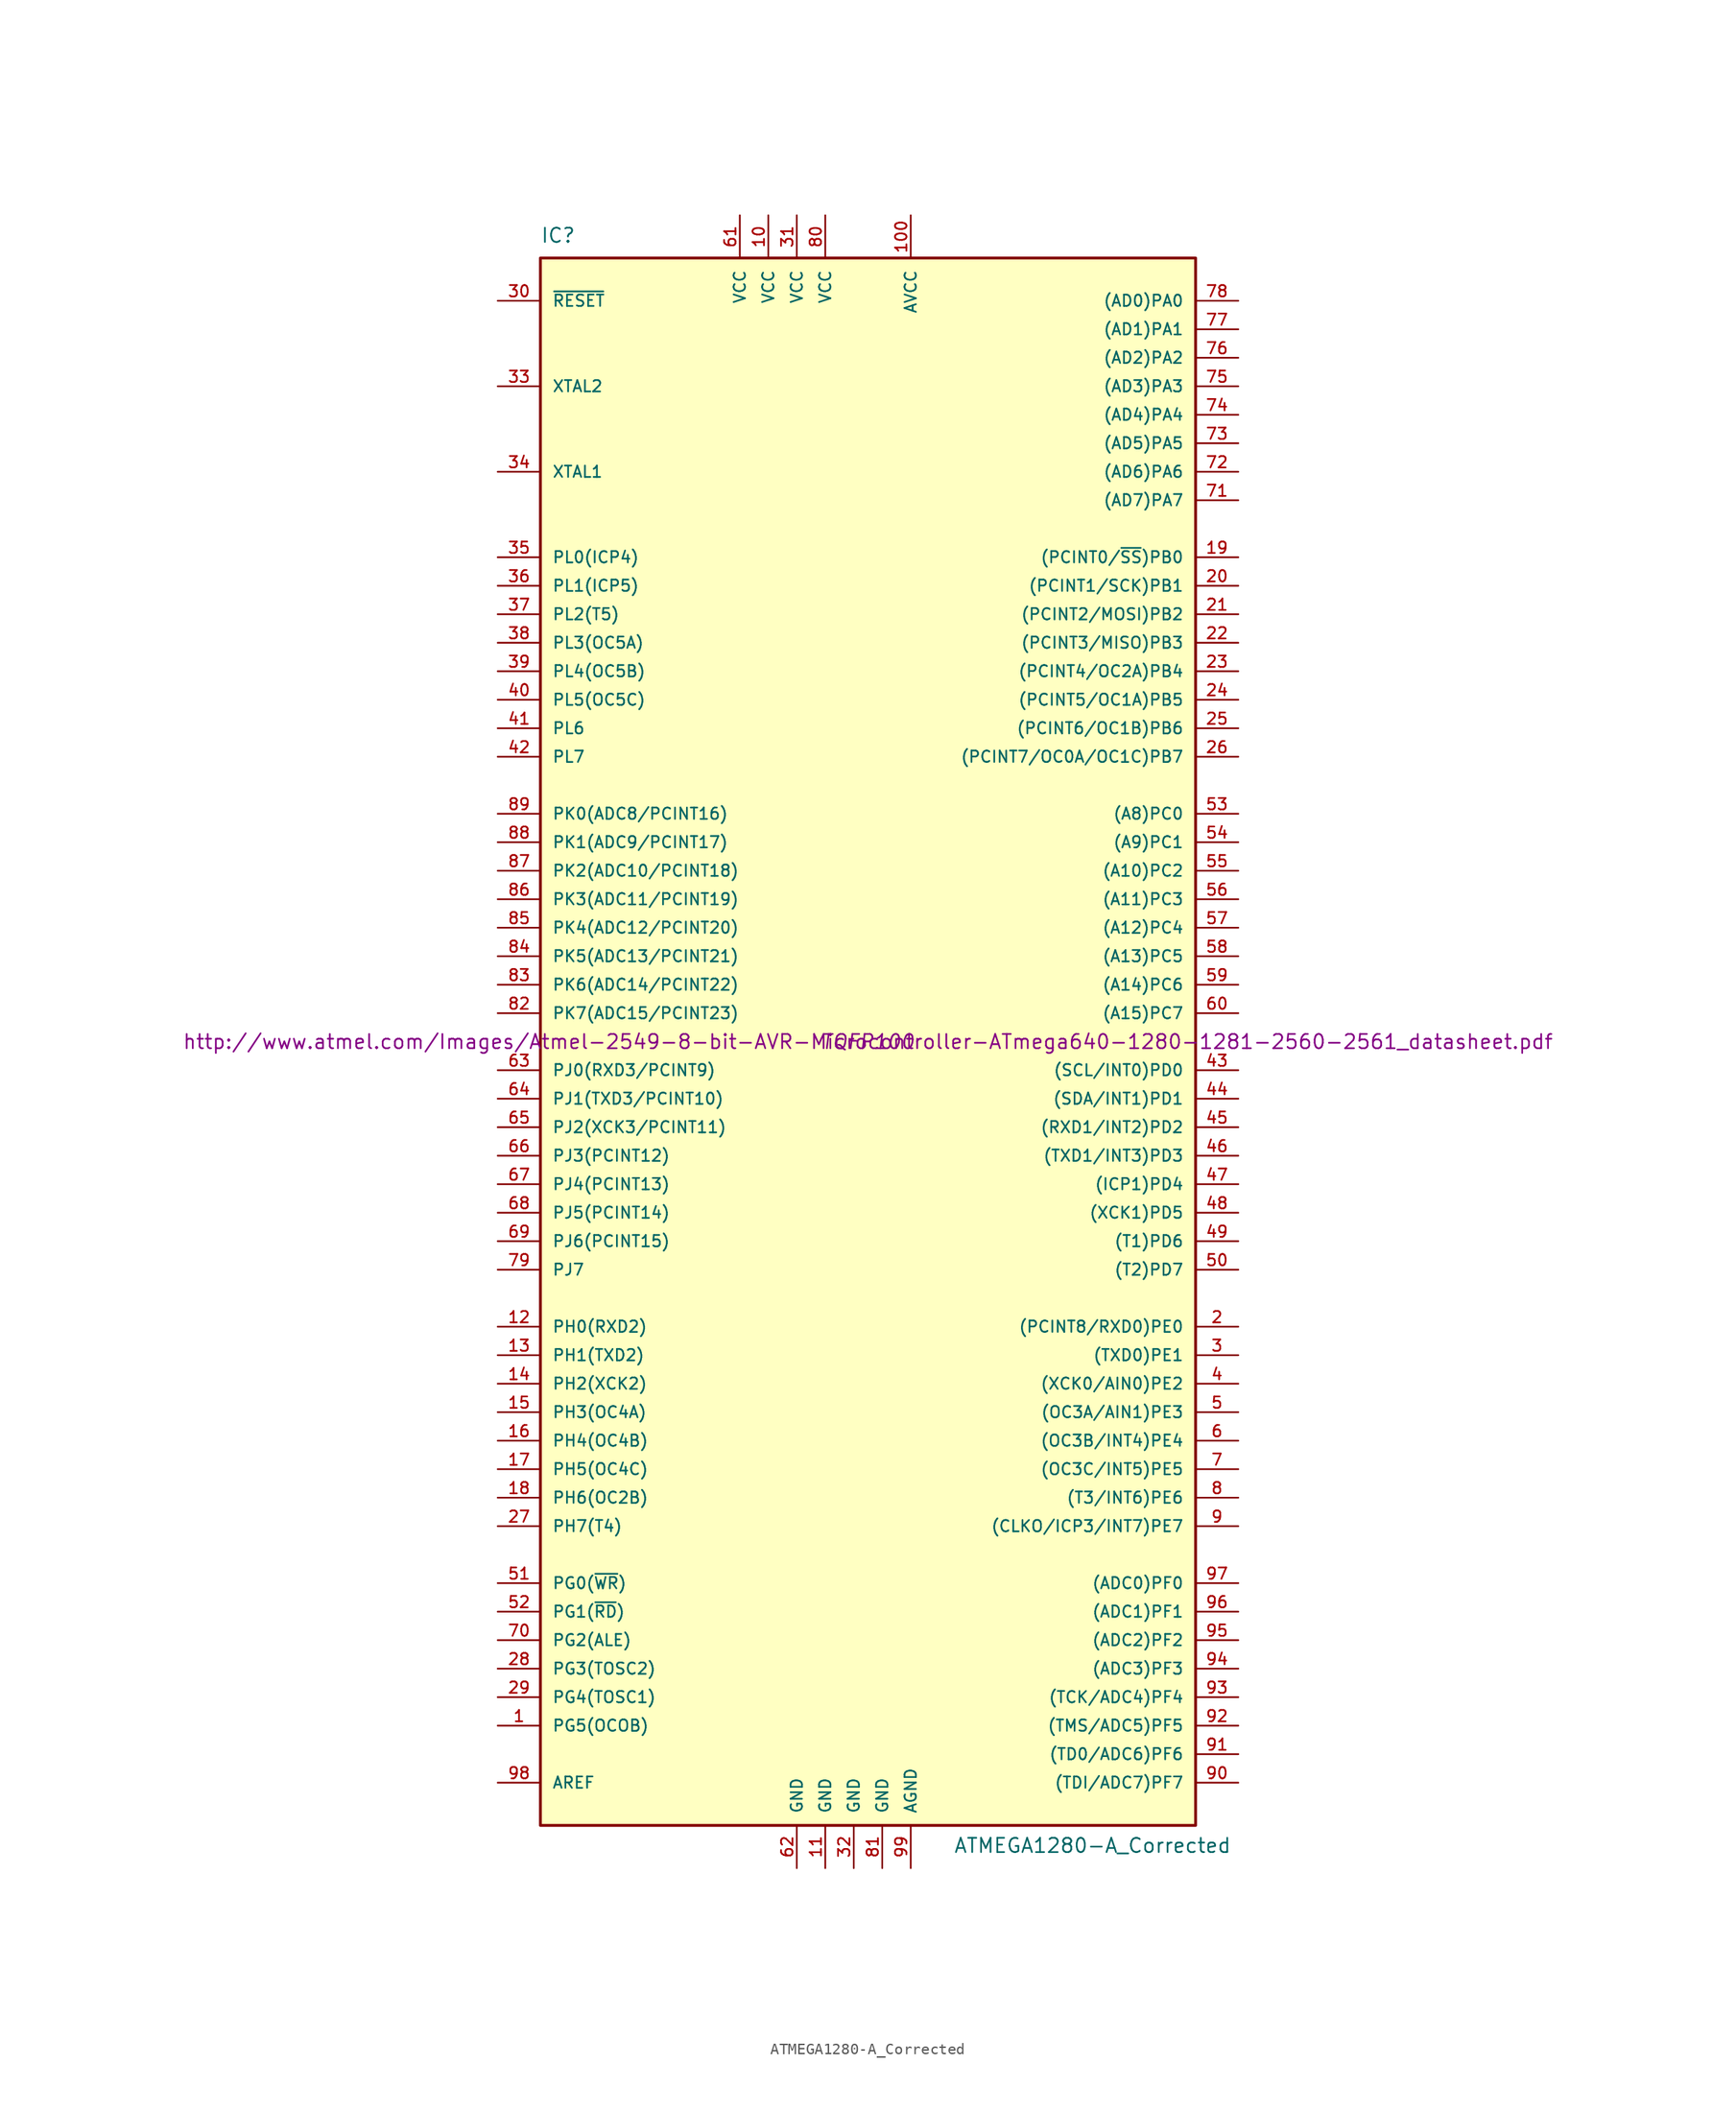
<source format=kicad_sym>
(kicad_symbol_lib
  (version 20211014)
  (generator kicad_symbol_editor)
  (symbol "ATMEGA1280-A_Corrected"
    (pin_names
      (offset 1.016))
    (property "Reference" "IC"
      (at -29.21 71.12 0)
      (effects (font (size 1.27 1.27)) (justify left bottom)))
    (property "Value" "ATMEGA1280-A_Corrected"
      (at 7.62 -72.39 0)
      (effects (font (size 1.27 1.27)) (justify left bottom)))
    (property "Footprint" "TQFP100"
      (at 0 0 0)
      (effects (font (size 1.27 1.27) italic)))
    (property "Datasheet" "http://www.atmel.com/Images/Atmel-2549-8-bit-AVR-Microcontroller-ATmega640-1280-1281-2560-2561_datasheet.pdf"
      (at 0 0 0)
      (effects (font (size 1.27 1.27))))
    (symbol "ATMEGA1280-A_Corrected_0_1"
      (rectangle (start -29.21 69.85) (end 29.21 -69.85) (stroke (width 0.254) (type default) (color 0 0 0 0)) (fill (type background))))
    (symbol "ATMEGA1280-A_Corrected_1_1"
      (pin bidirectional line (at -33.02 -60.96 0) (length 3.81) (name "PG5(OCOB)" (effects (font (size 1.016 1.016)))) (number "1" (effects (font (size 1.016 1.016)))))
      (pin power_in line (at -8.89 73.66 270) (length 3.81) (name "VCC" (effects (font (size 1.016 1.016)))) (number "10" (effects (font (size 1.016 1.016)))))
      (pin power_in line (at 3.81 73.66 270) (length 3.81) (name "AVCC" (effects (font (size 1.016 1.016)))) (number "100" (effects (font (size 1.016 1.016)))))
      (pin power_in line (at -3.81 -73.66 90) (length 3.81) (name "GND" (effects (font (size 1.016 1.016)))) (number "11" (effects (font (size 1.016 1.016)))))
      (pin bidirectional line (at -33.02 -25.4 0) (length 3.81) (name "PH0(RXD2)" (effects (font (size 1.016 1.016)))) (number "12" (effects (font (size 1.016 1.016)))))
      (pin bidirectional line (at -33.02 -27.94 0) (length 3.81) (name "PH1(TXD2)" (effects (font (size 1.016 1.016)))) (number "13" (effects (font (size 1.016 1.016)))))
      (pin bidirectional line (at -33.02 -30.48 0) (length 3.81) (name "PH2(XCK2)" (effects (font (size 1.016 1.016)))) (number "14" (effects (font (size 1.016 1.016)))))
      (pin bidirectional line (at -33.02 -33.02 0) (length 3.81) (name "PH3(OC4A)" (effects (font (size 1.016 1.016)))) (number "15" (effects (font (size 1.016 1.016)))))
      (pin bidirectional line (at -33.02 -35.56 0) (length 3.81) (name "PH4(OC4B)" (effects (font (size 1.016 1.016)))) (number "16" (effects (font (size 1.016 1.016)))))
      (pin bidirectional line (at -33.02 -38.1 0) (length 3.81) (name "PH5(OC4C)" (effects (font (size 1.016 1.016)))) (number "17" (effects (font (size 1.016 1.016)))))
      (pin bidirectional line (at -33.02 -40.64 0) (length 3.81) (name "PH6(OC2B)" (effects (font (size 1.016 1.016)))) (number "18" (effects (font (size 1.016 1.016)))))
      (pin bidirectional line (at 33.02 43.18 180) (length 3.81) (name "(PCINT0/~{SS})PB0" (effects (font (size 1.016 1.016)))) (number "19" (effects (font (size 1.016 1.016)))))
      (pin bidirectional line (at 33.02 -25.4 180) (length 3.81) (name "(PCINT8/RXD0)PE0" (effects (font (size 1.016 1.016)))) (number "2" (effects (font (size 1.016 1.016)))))
      (pin bidirectional line (at 33.02 40.64 180) (length 3.81) (name "(PCINT1/SCK)PB1" (effects (font (size 1.016 1.016)))) (number "20" (effects (font (size 1.016 1.016)))))
      (pin bidirectional line (at 33.02 38.1 180) (length 3.81) (name "(PCINT2/MOSI)PB2" (effects (font (size 1.016 1.016)))) (number "21" (effects (font (size 1.016 1.016)))))
      (pin bidirectional line (at 33.02 35.56 180) (length 3.81) (name "(PCINT3/MISO)PB3" (effects (font (size 1.016 1.016)))) (number "22" (effects (font (size 1.016 1.016)))))
      (pin bidirectional line (at 33.02 33.02 180) (length 3.81) (name "(PCINT4/OC2A)PB4" (effects (font (size 1.016 1.016)))) (number "23" (effects (font (size 1.016 1.016)))))
      (pin bidirectional line (at 33.02 30.48 180) (length 3.81) (name "(PCINT5/OC1A)PB5" (effects (font (size 1.016 1.016)))) (number "24" (effects (font (size 1.016 1.016)))))
      (pin bidirectional line (at 33.02 27.94 180) (length 3.81) (name "(PCINT6/OC1B)PB6" (effects (font (size 1.016 1.016)))) (number "25" (effects (font (size 1.016 1.016)))))
      (pin bidirectional line (at 33.02 25.4 180) (length 3.81) (name "(PCINT7/OC0A/OC1C)PB7" (effects (font (size 1.016 1.016)))) (number "26" (effects (font (size 1.016 1.016)))))
      (pin bidirectional line (at -33.02 -43.18 0) (length 3.81) (name "PH7(T4)" (effects (font (size 1.016 1.016)))) (number "27" (effects (font (size 1.016 1.016)))))
      (pin bidirectional line (at -33.02 -55.88 0) (length 3.81) (name "PG3(TOSC2)" (effects (font (size 1.016 1.016)))) (number "28" (effects (font (size 1.016 1.016)))))
      (pin bidirectional line (at -33.02 -58.42 0) (length 3.81) (name "PG4(TOSC1)" (effects (font (size 1.016 1.016)))) (number "29" (effects (font (size 1.016 1.016)))))
      (pin bidirectional line (at 33.02 -27.94 180) (length 3.81) (name "(TXD0)PE1" (effects (font (size 1.016 1.016)))) (number "3" (effects (font (size 1.016 1.016)))))
      (pin input line (at -33.02 66.04 0) (length 3.81) (name "~{RESET}" (effects (font (size 1.016 1.016)))) (number "30" (effects (font (size 1.016 1.016)))))
      (pin power_in line (at -6.35 73.66 270) (length 3.81) (name "VCC" (effects (font (size 1.016 1.016)))) (number "31" (effects (font (size 1.016 1.016)))))
      (pin power_in line (at -1.27 -73.66 90) (length 3.81) (name "GND" (effects (font (size 1.016 1.016)))) (number "32" (effects (font (size 1.016 1.016)))))
      (pin bidirectional line (at -33.02 58.42 0) (length 3.81) (name "XTAL2" (effects (font (size 1.016 1.016)))) (number "33" (effects (font (size 1.016 1.016)))))
      (pin bidirectional line (at -33.02 50.8 0) (length 3.81) (name "XTAL1" (effects (font (size 1.016 1.016)))) (number "34" (effects (font (size 1.016 1.016)))))
      (pin bidirectional line (at -33.02 43.18 0) (length 3.81) (name "PL0(ICP4)" (effects (font (size 1.016 1.016)))) (number "35" (effects (font (size 1.016 1.016)))))
      (pin bidirectional line (at -33.02 40.64 0) (length 3.81) (name "PL1(ICP5)" (effects (font (size 1.016 1.016)))) (number "36" (effects (font (size 1.016 1.016)))))
      (pin bidirectional line (at -33.02 38.1 0) (length 3.81) (name "PL2(T5)" (effects (font (size 1.016 1.016)))) (number "37" (effects (font (size 1.016 1.016)))))
      (pin bidirectional line (at -33.02 35.56 0) (length 3.81) (name "PL3(OC5A)" (effects (font (size 1.016 1.016)))) (number "38" (effects (font (size 1.016 1.016)))))
      (pin bidirectional line (at -33.02 33.02 0) (length 3.81) (name "PL4(OC5B)" (effects (font (size 1.016 1.016)))) (number "39" (effects (font (size 1.016 1.016)))))
      (pin bidirectional line (at 33.02 -30.48 180) (length 3.81) (name "(XCK0/AIN0)PE2" (effects (font (size 1.016 1.016)))) (number "4" (effects (font (size 1.016 1.016)))))
      (pin bidirectional line (at -33.02 30.48 0) (length 3.81) (name "PL5(OC5C)" (effects (font (size 1.016 1.016)))) (number "40" (effects (font (size 1.016 1.016)))))
      (pin bidirectional line (at -33.02 27.94 0) (length 3.81) (name "PL6" (effects (font (size 1.016 1.016)))) (number "41" (effects (font (size 1.016 1.016)))))
      (pin bidirectional line (at -33.02 25.4 0) (length 3.81) (name "PL7" (effects (font (size 1.016 1.016)))) (number "42" (effects (font (size 1.016 1.016)))))
      (pin bidirectional line (at 33.02 -2.54 180) (length 3.81) (name "(SCL/INT0)PD0" (effects (font (size 1.016 1.016)))) (number "43" (effects (font (size 1.016 1.016)))))
      (pin bidirectional line (at 33.02 -5.08 180) (length 3.81) (name "(SDA/INT1)PD1" (effects (font (size 1.016 1.016)))) (number "44" (effects (font (size 1.016 1.016)))))
      (pin bidirectional line (at 33.02 -7.62 180) (length 3.81) (name "(RXD1/INT2)PD2" (effects (font (size 1.016 1.016)))) (number "45" (effects (font (size 1.016 1.016)))))
      (pin bidirectional line (at 33.02 -10.16 180) (length 3.81) (name "(TXD1/INT3)PD3" (effects (font (size 1.016 1.016)))) (number "46" (effects (font (size 1.016 1.016)))))
      (pin bidirectional line (at 33.02 -12.7 180) (length 3.81) (name "(ICP1)PD4" (effects (font (size 1.016 1.016)))) (number "47" (effects (font (size 1.016 1.016)))))
      (pin bidirectional line (at 33.02 -15.24 180) (length 3.81) (name "(XCK1)PD5" (effects (font (size 1.016 1.016)))) (number "48" (effects (font (size 1.016 1.016)))))
      (pin bidirectional line (at 33.02 -17.78 180) (length 3.81) (name "(T1)PD6" (effects (font (size 1.016 1.016)))) (number "49" (effects (font (size 1.016 1.016)))))
      (pin bidirectional line (at 33.02 -33.02 180) (length 3.81) (name "(OC3A/AIN1)PE3" (effects (font (size 1.016 1.016)))) (number "5" (effects (font (size 1.016 1.016)))))
      (pin bidirectional line (at 33.02 -20.32 180) (length 3.81) (name "(T2)PD7" (effects (font (size 1.016 1.016)))) (number "50" (effects (font (size 1.016 1.016)))))
      (pin bidirectional line (at -33.02 -48.26 0) (length 3.81) (name "PG0(~{WR})" (effects (font (size 1.016 1.016)))) (number "51" (effects (font (size 1.016 1.016)))))
      (pin bidirectional line (at -33.02 -50.8 0) (length 3.81) (name "PG1(~{RD})" (effects (font (size 1.016 1.016)))) (number "52" (effects (font (size 1.016 1.016)))))
      (pin output line (at 33.02 20.32 180) (length 3.81) (name "(A8)PC0" (effects (font (size 1.016 1.016)))) (number "53" (effects (font (size 1.016 1.016)))))
      (pin output line (at 33.02 17.78 180) (length 3.81) (name "(A9)PC1" (effects (font (size 1.016 1.016)))) (number "54" (effects (font (size 1.016 1.016)))))
      (pin output line (at 33.02 15.24 180) (length 3.81) (name "(A10)PC2" (effects (font (size 1.016 1.016)))) (number "55" (effects (font (size 1.016 1.016)))))
      (pin output line (at 33.02 12.7 180) (length 3.81) (name "(A11)PC3" (effects (font (size 1.016 1.016)))) (number "56" (effects (font (size 1.016 1.016)))))
      (pin output line (at 33.02 10.16 180) (length 3.81) (name "(A12)PC4" (effects (font (size 1.016 1.016)))) (number "57" (effects (font (size 1.016 1.016)))))
      (pin output line (at 33.02 7.62 180) (length 3.81) (name "(A13)PC5" (effects (font (size 1.016 1.016)))) (number "58" (effects (font (size 1.016 1.016)))))
      (pin output line (at 33.02 5.08 180) (length 3.81) (name "(A14)PC6" (effects (font (size 1.016 1.016)))) (number "59" (effects (font (size 1.016 1.016)))))
      (pin bidirectional line (at 33.02 -35.56 180) (length 3.81) (name "(OC3B/INT4)PE4" (effects (font (size 1.016 1.016)))) (number "6" (effects (font (size 1.016 1.016)))))
      (pin output line (at 33.02 2.54 180) (length 3.81) (name "(A15)PC7" (effects (font (size 1.016 1.016)))) (number "60" (effects (font (size 1.016 1.016)))))
      (pin power_in line (at -11.43 73.66 270) (length 3.81) (name "VCC" (effects (font (size 1.016 1.016)))) (number "61" (effects (font (size 1.016 1.016)))))
      (pin power_in line (at -6.35 -73.66 90) (length 3.81) (name "GND" (effects (font (size 1.016 1.016)))) (number "62" (effects (font (size 1.016 1.016)))))
      (pin bidirectional line (at -33.02 -2.54 0) (length 3.81) (name "PJ0(RXD3/PCINT9)" (effects (font (size 1.016 1.016)))) (number "63" (effects (font (size 1.016 1.016)))))
      (pin bidirectional line (at -33.02 -5.08 0) (length 3.81) (name "PJ1(TXD3/PCINT10)" (effects (font (size 1.016 1.016)))) (number "64" (effects (font (size 1.016 1.016)))))
      (pin bidirectional line (at -33.02 -7.62 0) (length 3.81) (name "PJ2(XCK3/PCINT11)" (effects (font (size 1.016 1.016)))) (number "65" (effects (font (size 1.016 1.016)))))
      (pin bidirectional line (at -33.02 -10.16 0) (length 3.81) (name "PJ3(PCINT12)" (effects (font (size 1.016 1.016)))) (number "66" (effects (font (size 1.016 1.016)))))
      (pin bidirectional line (at -33.02 -12.7 0) (length 3.81) (name "PJ4(PCINT13)" (effects (font (size 1.016 1.016)))) (number "67" (effects (font (size 1.016 1.016)))))
      (pin bidirectional line (at -33.02 -15.24 0) (length 3.81) (name "PJ5(PCINT14)" (effects (font (size 1.016 1.016)))) (number "68" (effects (font (size 1.016 1.016)))))
      (pin bidirectional line (at -33.02 -17.78 0) (length 3.81) (name "PJ6(PCINT15)" (effects (font (size 1.016 1.016)))) (number "69" (effects (font (size 1.016 1.016)))))
      (pin bidirectional line (at 33.02 -38.1 180) (length 3.81) (name "(OC3C/INT5)PE5" (effects (font (size 1.016 1.016)))) (number "7" (effects (font (size 1.016 1.016)))))
      (pin bidirectional line (at -33.02 -53.34 0) (length 3.81) (name "PG2(ALE)" (effects (font (size 1.016 1.016)))) (number "70" (effects (font (size 1.016 1.016)))))
      (pin bidirectional line (at 33.02 48.26 180) (length 3.81) (name "(AD7)PA7" (effects (font (size 1.016 1.016)))) (number "71" (effects (font (size 1.016 1.016)))))
      (pin bidirectional line (at 33.02 50.8 180) (length 3.81) (name "(AD6)PA6" (effects (font (size 1.016 1.016)))) (number "72" (effects (font (size 1.016 1.016)))))
      (pin bidirectional line (at 33.02 53.34 180) (length 3.81) (name "(AD5)PA5" (effects (font (size 1.016 1.016)))) (number "73" (effects (font (size 1.016 1.016)))))
      (pin bidirectional line (at 33.02 55.88 180) (length 3.81) (name "(AD4)PA4" (effects (font (size 1.016 1.016)))) (number "74" (effects (font (size 1.016 1.016)))))
      (pin bidirectional line (at 33.02 58.42 180) (length 3.81) (name "(AD3)PA3" (effects (font (size 1.016 1.016)))) (number "75" (effects (font (size 1.016 1.016)))))
      (pin bidirectional line (at 33.02 60.96 180) (length 3.81) (name "(AD2)PA2" (effects (font (size 1.016 1.016)))) (number "76" (effects (font (size 1.016 1.016)))))
      (pin bidirectional line (at 33.02 63.5 180) (length 3.81) (name "(AD1)PA1" (effects (font (size 1.016 1.016)))) (number "77" (effects (font (size 1.016 1.016)))))
      (pin bidirectional line (at 33.02 66.04 180) (length 3.81) (name "(AD0)PA0" (effects (font (size 1.016 1.016)))) (number "78" (effects (font (size 1.016 1.016)))))
      (pin bidirectional line (at -33.02 -20.32 0) (length 3.81) (name "PJ7" (effects (font (size 1.016 1.016)))) (number "79" (effects (font (size 1.016 1.016)))))
      (pin bidirectional line (at 33.02 -40.64 180) (length 3.81) (name "(T3/INT6)PE6" (effects (font (size 1.016 1.016)))) (number "8" (effects (font (size 1.016 1.016)))))
      (pin power_in line (at -3.81 73.66 270) (length 3.81) (name "VCC" (effects (font (size 1.016 1.016)))) (number "80" (effects (font (size 1.016 1.016)))))
      (pin power_in line (at 1.27 -73.66 90) (length 3.81) (name "GND" (effects (font (size 1.016 1.016)))) (number "81" (effects (font (size 1.016 1.016)))))
      (pin bidirectional line (at -33.02 2.54 0) (length 3.81) (name "PK7(ADC15/PCINT23)" (effects (font (size 1.016 1.016)))) (number "82" (effects (font (size 1.016 1.016)))))
      (pin bidirectional line (at -33.02 5.08 0) (length 3.81) (name "PK6(ADC14/PCINT22)" (effects (font (size 1.016 1.016)))) (number "83" (effects (font (size 1.016 1.016)))))
      (pin bidirectional line (at -33.02 7.62 0) (length 3.81) (name "PK5(ADC13/PCINT21)" (effects (font (size 1.016 1.016)))) (number "84" (effects (font (size 1.016 1.016)))))
      (pin bidirectional line (at -33.02 10.16 0) (length 3.81) (name "PK4(ADC12/PCINT20)" (effects (font (size 1.016 1.016)))) (number "85" (effects (font (size 1.016 1.016)))))
      (pin bidirectional line (at -33.02 12.7 0) (length 3.81) (name "PK3(ADC11/PCINT19)" (effects (font (size 1.016 1.016)))) (number "86" (effects (font (size 1.016 1.016)))))
      (pin bidirectional line (at -33.02 15.24 0) (length 3.81) (name "PK2(ADC10/PCINT18)" (effects (font (size 1.016 1.016)))) (number "87" (effects (font (size 1.016 1.016)))))
      (pin bidirectional line (at -33.02 17.78 0) (length 3.81) (name "PK1(ADC9/PCINT17)" (effects (font (size 1.016 1.016)))) (number "88" (effects (font (size 1.016 1.016)))))
      (pin bidirectional line (at -33.02 20.32 0) (length 3.81) (name "PK0(ADC8/PCINT16)" (effects (font (size 1.016 1.016)))) (number "89" (effects (font (size 1.016 1.016)))))
      (pin bidirectional line (at 33.02 -43.18 180) (length 3.81) (name "(CLKO/ICP3/INT7)PE7" (effects (font (size 1.016 1.016)))) (number "9" (effects (font (size 1.016 1.016)))))
      (pin input line (at 33.02 -66.04 180) (length 3.81) (name "(TDI/ADC7)PF7" (effects (font (size 1.016 1.016)))) (number "90" (effects (font (size 1.016 1.016)))))
      (pin input line (at 33.02 -63.5 180) (length 3.81) (name "(TD0/ADC6)PF6" (effects (font (size 1.016 1.016)))) (number "91" (effects (font (size 1.016 1.016)))))
      (pin input line (at 33.02 -60.96 180) (length 3.81) (name "(TMS/ADC5)PF5" (effects (font (size 1.016 1.016)))) (number "92" (effects (font (size 1.016 1.016)))))
      (pin input line (at 33.02 -58.42 180) (length 3.81) (name "(TCK/ADC4)PF4" (effects (font (size 1.016 1.016)))) (number "93" (effects (font (size 1.016 1.016)))))
      (pin input line (at 33.02 -55.88 180) (length 3.81) (name "(ADC3)PF3" (effects (font (size 1.016 1.016)))) (number "94" (effects (font (size 1.016 1.016)))))
      (pin input line (at 33.02 -53.34 180) (length 3.81) (name "(ADC2)PF2" (effects (font (size 1.016 1.016)))) (number "95" (effects (font (size 1.016 1.016)))))
      (pin input line (at 33.02 -50.8 180) (length 3.81) (name "(ADC1)PF1" (effects (font (size 1.016 1.016)))) (number "96" (effects (font (size 1.016 1.016)))))
      (pin input line (at 33.02 -48.26 180) (length 3.81) (name "(ADC0)PF0" (effects (font (size 1.016 1.016)))) (number "97" (effects (font (size 1.016 1.016)))))
      (pin bidirectional line (at -33.02 -66.04 0) (length 3.81) (name "AREF" (effects (font (size 1.016 1.016)))) (number "98" (effects (font (size 1.016 1.016)))))
      (pin power_in line (at 3.81 -73.66 90) (length 3.81) (name "AGND" (effects (font (size 1.016 1.016)))) (number "99" (effects (font (size 1.016 1.016))))))))
</source>
